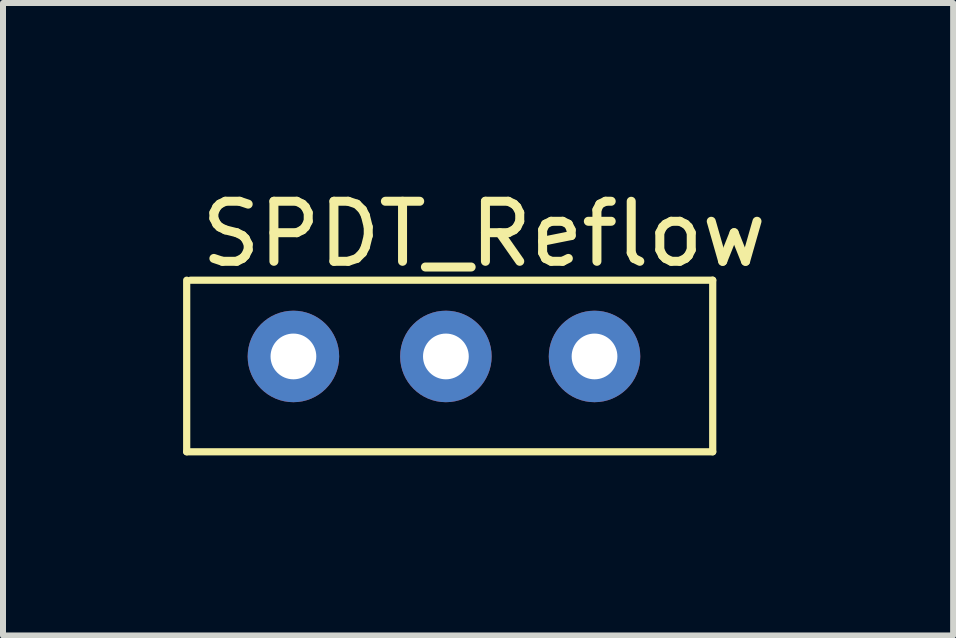
<source format=kicad_pcb>
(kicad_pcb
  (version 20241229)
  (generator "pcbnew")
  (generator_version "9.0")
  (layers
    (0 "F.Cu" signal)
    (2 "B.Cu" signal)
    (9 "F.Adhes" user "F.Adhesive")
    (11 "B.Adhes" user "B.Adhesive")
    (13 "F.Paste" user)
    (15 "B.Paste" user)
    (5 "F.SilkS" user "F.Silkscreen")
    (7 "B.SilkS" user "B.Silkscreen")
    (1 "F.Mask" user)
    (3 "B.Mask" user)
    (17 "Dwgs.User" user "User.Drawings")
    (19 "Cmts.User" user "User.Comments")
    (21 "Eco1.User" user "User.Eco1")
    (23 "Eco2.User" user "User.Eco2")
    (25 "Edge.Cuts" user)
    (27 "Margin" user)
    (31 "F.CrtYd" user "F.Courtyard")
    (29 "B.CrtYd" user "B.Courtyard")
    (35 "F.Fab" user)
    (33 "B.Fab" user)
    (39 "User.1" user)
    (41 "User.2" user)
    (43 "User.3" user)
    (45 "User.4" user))
  (footprint "SPDT_Reflow"
    (layer "F.Cu")
    (at 5.013 0.348)
    (property "Reference" "SPDT_Reflow" (at 0 0.5 0) (layer "F.SilkS") (effects (font (size 1 1) (thickness 0.15))))
    (attr through_hole)
    (fp_line (start -4.953 4.128) (end -4.953 1.27) (stroke (width 0.12) (type solid)) (layer "F.SilkS"))
    (fp_line (start -4.889 1.27) (end 3.81 1.27) (stroke (width 0.12) (type solid)) (layer "F.SilkS"))
    (fp_line (start 3.81 1.27) (end 3.81 4.128) (stroke (width 0.12) (type solid)) (layer "F.SilkS"))
    (fp_line (start 3.81 4.128) (end -4.953 4.128) (stroke (width 0.12) (type solid)) (layer "F.SilkS"))
    (pad "1" thru_hole circle (at -3.175 2.54) (size 1.524 1.524) (drill 0.762) (layers "*.Cu" "*.Mask"))
    (pad "2" thru_hole circle (at -0.635 2.54) (size 1.524 1.524) (drill 0.762) (layers "*.Cu" "*.Mask"))
    (pad "3" thru_hole circle (at 1.841 2.54) (size 1.524 1.524) (drill 0.762) (layers "*.Cu" "*.Mask")))
  (gr_rect
    (start -3 -3)
    (end 12.828 7.536)
    (stroke (width 0.1) (type default))
    (fill no)
    (layer "Edge.Cuts")))
</source>
